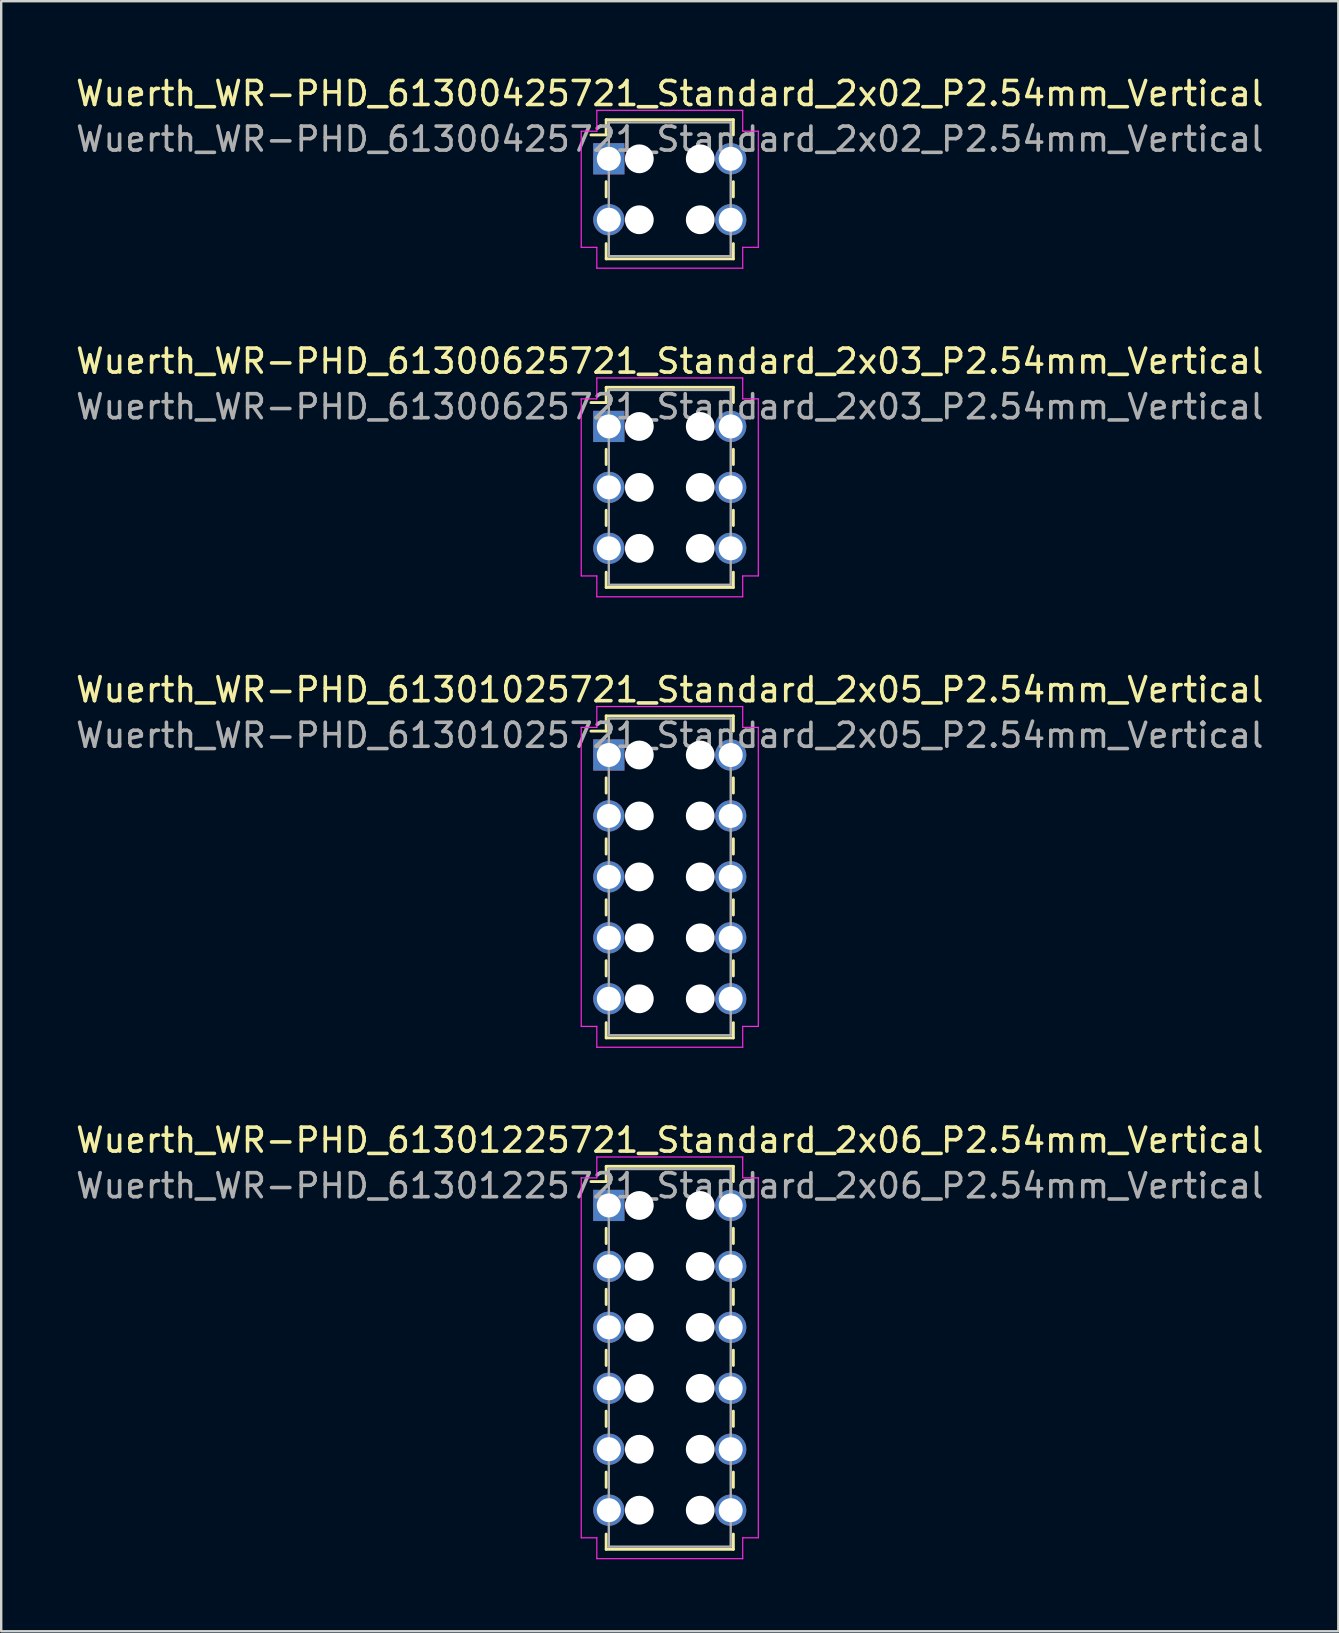
<source format=kicad_pcb>
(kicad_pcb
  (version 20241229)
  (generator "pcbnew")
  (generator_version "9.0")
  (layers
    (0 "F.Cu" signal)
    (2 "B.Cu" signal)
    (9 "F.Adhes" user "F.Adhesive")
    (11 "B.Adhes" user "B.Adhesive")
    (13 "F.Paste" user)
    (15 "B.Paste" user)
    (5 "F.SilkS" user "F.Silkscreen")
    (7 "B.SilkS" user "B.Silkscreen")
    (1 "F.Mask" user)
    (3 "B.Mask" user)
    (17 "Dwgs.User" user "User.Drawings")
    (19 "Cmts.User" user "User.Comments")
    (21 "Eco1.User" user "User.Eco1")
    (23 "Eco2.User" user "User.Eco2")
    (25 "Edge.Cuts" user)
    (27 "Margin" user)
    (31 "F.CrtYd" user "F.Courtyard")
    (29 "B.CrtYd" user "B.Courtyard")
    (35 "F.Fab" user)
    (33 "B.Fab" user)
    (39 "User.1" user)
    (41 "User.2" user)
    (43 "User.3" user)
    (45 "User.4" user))
  (footprint "Wuerth_WR-PHD_61301225721_Standard_2x06_P2.54mm_Vertical"
    (layer "F.Cu")
    (at 22.323 47.188)
    (property "Reference" "Wuerth_WR-PHD_61301225721_Standard_2x06_P2.54mm_Vertical" (at 2.54 -2.72 0) (layer "F.SilkS") (effects (font (size 1 1) (thickness 0.15))))
    (attr through_hole)
    (fp_line (start -0.11 -1.63) (end -0.11 -0.995) (stroke (width 0.12) (type solid)) (layer "F.SilkS"))
    (fp_line (start -0.11 -1.63) (end 5.19 -1.63) (stroke (width 0.12) (type solid)) (layer "F.SilkS"))
    (fp_line (start -0.11 -0.995) (end -0.745 -0.995) (stroke (width 0.12) (type solid)) (layer "F.SilkS"))
    (fp_line (start -0.11 0.953) (end -0.11 1.587) (stroke (width 0.12) (type solid)) (layer "F.SilkS"))
    (fp_line (start -0.11 3.493) (end -0.11 4.128) (stroke (width 0.12) (type solid)) (layer "F.SilkS"))
    (fp_line (start -0.11 6.032) (end -0.11 6.668) (stroke (width 0.12) (type solid)) (layer "F.SilkS"))
    (fp_line (start -0.11 8.572) (end -0.11 9.207) (stroke (width 0.12) (type solid)) (layer "F.SilkS"))
    (fp_line (start -0.11 11.113) (end -0.11 11.748) (stroke (width 0.12) (type solid)) (layer "F.SilkS"))
    (fp_line (start -0.11 14.33) (end -0.11 13.695) (stroke (width 0.12) (type solid)) (layer "F.SilkS"))
    (fp_line (start -0.11 14.33) (end 5.19 14.33) (stroke (width 0.12) (type solid)) (layer "F.SilkS"))
    (fp_line (start 5.19 -1.63) (end 5.19 -0.995) (stroke (width 0.12) (type solid)) (layer "F.SilkS"))
    (fp_line (start 5.19 0.953) (end 5.19 1.587) (stroke (width 0.12) (type solid)) (layer "F.SilkS"))
    (fp_line (start 5.19 3.493) (end 5.19 4.128) (stroke (width 0.12) (type solid)) (layer "F.SilkS"))
    (fp_line (start 5.19 6.032) (end 5.19 6.668) (stroke (width 0.12) (type solid)) (layer "F.SilkS"))
    (fp_line (start 5.19 8.572) (end 5.19 9.207) (stroke (width 0.12) (type solid)) (layer "F.SilkS"))
    (fp_line (start 5.19 11.113) (end 5.19 11.748) (stroke (width 0.12) (type solid)) (layer "F.SilkS"))
    (fp_line (start 5.19 14.33) (end 5.19 13.695) (stroke (width 0.12) (type solid)) (layer "F.SilkS"))
    (fp_line (start -1.15 -1.15) (end -0.5 -1.15) (stroke (width 0.05) (type solid)) (layer "F.CrtYd"))
    (fp_line (start -1.15 13.85) (end -1.15 -1.15) (stroke (width 0.05) (type solid)) (layer "F.CrtYd"))
    (fp_line (start -0.5 -2.02) (end 5.58 -2.02) (stroke (width 0.05) (type solid)) (layer "F.CrtYd"))
    (fp_line (start -0.5 -1.15) (end -0.5 -2.02) (stroke (width 0.05) (type solid)) (layer "F.CrtYd"))
    (fp_line (start -0.5 13.85) (end -1.15 13.85) (stroke (width 0.05) (type solid)) (layer "F.CrtYd"))
    (fp_line (start -0.5 14.72) (end -0.5 13.85) (stroke (width 0.05) (type solid)) (layer "F.CrtYd"))
    (fp_line (start 5.58 -2.02) (end 5.58 -1.15) (stroke (width 0.05) (type solid)) (layer "F.CrtYd"))
    (fp_line (start 5.58 -1.15) (end 6.23 -1.15) (stroke (width 0.05) (type solid)) (layer "F.CrtYd"))
    (fp_line (start 5.58 13.85) (end 5.58 14.72) (stroke (width 0.05) (type solid)) (layer "F.CrtYd"))
    (fp_line (start 5.58 14.72) (end -0.5 14.72) (stroke (width 0.05) (type solid)) (layer "F.CrtYd"))
    (fp_line (start 6.23 -1.15) (end 6.23 13.85) (stroke (width 0.05) (type solid)) (layer "F.CrtYd"))
    (fp_line (start 6.23 13.85) (end 5.58 13.85) (stroke (width 0.05) (type solid)) (layer "F.CrtYd"))
    (fp_line (start 0 -1.52) (end 0 14.22) (stroke (width 0.1) (type solid)) (layer "F.Fab"))
    (fp_line (start 0 14.22) (end 5.08 14.22) (stroke (width 0.1) (type solid)) (layer "F.Fab"))
    (fp_line (start 5.08 -1.52) (end 0 -1.52) (stroke (width 0.1) (type solid)) (layer "F.Fab"))
    (fp_line (start 5.08 14.22) (end 5.08 -1.52) (stroke (width 0.1) (type solid)) (layer "F.Fab"))
    (fp_text user "${REFERENCE}" (at 2.54 -0.82 0) (layer "F.Fab") (effects (font (size 1 1) (thickness 0.15))))
    (pad "" np_thru_hole circle (at 1.27 0) (size 1.2 1.2) (drill 1.2) (layers "*.Cu" "*.Mask"))
    (pad "" np_thru_hole circle (at 1.27 2.54) (size 1.2 1.2) (drill 1.2) (layers "*.Cu" "*.Mask"))
    (pad "" np_thru_hole circle (at 1.27 5.08) (size 1.2 1.2) (drill 1.2) (layers "*.Cu" "*.Mask"))
    (pad "" np_thru_hole circle (at 1.27 7.62) (size 1.2 1.2) (drill 1.2) (layers "*.Cu" "*.Mask"))
    (pad "" np_thru_hole circle (at 1.27 10.16) (size 1.2 1.2) (drill 1.2) (layers "*.Cu" "*.Mask"))
    (pad "" np_thru_hole circle (at 1.27 12.7) (size 1.2 1.2) (drill 1.2) (layers "*.Cu" "*.Mask"))
    (pad "" np_thru_hole circle (at 3.81 0) (size 1.2 1.2) (drill 1.2) (layers "*.Cu" "*.Mask"))
    (pad "" np_thru_hole circle (at 3.81 2.54) (size 1.2 1.2) (drill 1.2) (layers "*.Cu" "*.Mask"))
    (pad "" np_thru_hole circle (at 3.81 5.08) (size 1.2 1.2) (drill 1.2) (layers "*.Cu" "*.Mask"))
    (pad "" np_thru_hole circle (at 3.81 7.62) (size 1.2 1.2) (drill 1.2) (layers "*.Cu" "*.Mask"))
    (pad "" np_thru_hole circle (at 3.81 10.16) (size 1.2 1.2) (drill 1.2) (layers "*.Cu" "*.Mask"))
    (pad "" np_thru_hole circle (at 3.81 12.7) (size 1.2 1.2) (drill 1.2) (layers "*.Cu" "*.Mask"))
    (pad "1" thru_hole rect (at 0 0) (size 1.3 1.3) (drill 1) (layers "*.Cu" "*.Mask"))
    (pad "2" thru_hole circle (at 5.08 0) (size 1.3 1.3) (drill 1) (layers "*.Cu" "*.Mask"))
    (pad "3" thru_hole circle (at 0 2.54) (size 1.3 1.3) (drill 1) (layers "*.Cu" "*.Mask"))
    (pad "4" thru_hole circle (at 5.08 2.54) (size 1.3 1.3) (drill 1) (layers "*.Cu" "*.Mask"))
    (pad "5" thru_hole circle (at 0 5.08) (size 1.3 1.3) (drill 1) (layers "*.Cu" "*.Mask"))
    (pad "6" thru_hole circle (at 5.08 5.08) (size 1.3 1.3) (drill 1) (layers "*.Cu" "*.Mask"))
    (pad "7" thru_hole circle (at 0 7.62) (size 1.3 1.3) (drill 1) (layers "*.Cu" "*.Mask"))
    (pad "8" thru_hole circle (at 5.08 7.62) (size 1.3 1.3) (drill 1) (layers "*.Cu" "*.Mask"))
    (pad "9" thru_hole circle (at 0 10.16) (size 1.3 1.3) (drill 1) (layers "*.Cu" "*.Mask"))
    (pad "10" thru_hole circle (at 5.08 10.16) (size 1.3 1.3) (drill 1) (layers "*.Cu" "*.Mask"))
    (pad "11" thru_hole circle (at 0 12.7) (size 1.3 1.3) (drill 1) (layers "*.Cu" "*.Mask"))
    (pad "12" thru_hole circle (at 5.08 12.7) (size 1.3 1.3) (drill 1) (layers "*.Cu" "*.Mask")))
  (footprint "Wuerth_WR-PHD_61301025721_Standard_2x05_P2.54mm_Vertical"
    (layer "F.Cu")
    (at 22.323 28.415)
    (property "Reference" "Wuerth_WR-PHD_61301025721_Standard_2x05_P2.54mm_Vertical" (at 2.54 -2.72 0) (layer "F.SilkS") (effects (font (size 1 1) (thickness 0.15))))
    (attr through_hole)
    (fp_line (start -0.11 -1.63) (end -0.11 -0.995) (stroke (width 0.12) (type solid)) (layer "F.SilkS"))
    (fp_line (start -0.11 -1.63) (end 5.19 -1.63) (stroke (width 0.12) (type solid)) (layer "F.SilkS"))
    (fp_line (start -0.11 -0.995) (end -0.745 -0.995) (stroke (width 0.12) (type solid)) (layer "F.SilkS"))
    (fp_line (start -0.11 0.953) (end -0.11 1.587) (stroke (width 0.12) (type solid)) (layer "F.SilkS"))
    (fp_line (start -0.11 3.493) (end -0.11 4.128) (stroke (width 0.12) (type solid)) (layer "F.SilkS"))
    (fp_line (start -0.11 6.032) (end -0.11 6.668) (stroke (width 0.12) (type solid)) (layer "F.SilkS"))
    (fp_line (start -0.11 8.572) (end -0.11 9.207) (stroke (width 0.12) (type solid)) (layer "F.SilkS"))
    (fp_line (start -0.11 11.79) (end -0.11 11.155) (stroke (width 0.12) (type solid)) (layer "F.SilkS"))
    (fp_line (start -0.11 11.79) (end 5.19 11.79) (stroke (width 0.12) (type solid)) (layer "F.SilkS"))
    (fp_line (start 5.19 -1.63) (end 5.19 -0.995) (stroke (width 0.12) (type solid)) (layer "F.SilkS"))
    (fp_line (start 5.19 0.953) (end 5.19 1.587) (stroke (width 0.12) (type solid)) (layer "F.SilkS"))
    (fp_line (start 5.19 3.493) (end 5.19 4.128) (stroke (width 0.12) (type solid)) (layer "F.SilkS"))
    (fp_line (start 5.19 6.032) (end 5.19 6.668) (stroke (width 0.12) (type solid)) (layer "F.SilkS"))
    (fp_line (start 5.19 8.572) (end 5.19 9.207) (stroke (width 0.12) (type solid)) (layer "F.SilkS"))
    (fp_line (start 5.19 11.79) (end 5.19 11.155) (stroke (width 0.12) (type solid)) (layer "F.SilkS"))
    (fp_line (start -1.15 -1.15) (end -0.5 -1.15) (stroke (width 0.05) (type solid)) (layer "F.CrtYd"))
    (fp_line (start -1.15 11.31) (end -1.15 -1.15) (stroke (width 0.05) (type solid)) (layer "F.CrtYd"))
    (fp_line (start -0.5 -2.02) (end 5.58 -2.02) (stroke (width 0.05) (type solid)) (layer "F.CrtYd"))
    (fp_line (start -0.5 -1.15) (end -0.5 -2.02) (stroke (width 0.05) (type solid)) (layer "F.CrtYd"))
    (fp_line (start -0.5 11.31) (end -1.15 11.31) (stroke (width 0.05) (type solid)) (layer "F.CrtYd"))
    (fp_line (start -0.5 12.18) (end -0.5 11.31) (stroke (width 0.05) (type solid)) (layer "F.CrtYd"))
    (fp_line (start 5.58 -2.02) (end 5.58 -1.15) (stroke (width 0.05) (type solid)) (layer "F.CrtYd"))
    (fp_line (start 5.58 -1.15) (end 6.23 -1.15) (stroke (width 0.05) (type solid)) (layer "F.CrtYd"))
    (fp_line (start 5.58 11.31) (end 5.58 12.18) (stroke (width 0.05) (type solid)) (layer "F.CrtYd"))
    (fp_line (start 5.58 12.18) (end -0.5 12.18) (stroke (width 0.05) (type solid)) (layer "F.CrtYd"))
    (fp_line (start 6.23 -1.15) (end 6.23 11.31) (stroke (width 0.05) (type solid)) (layer "F.CrtYd"))
    (fp_line (start 6.23 11.31) (end 5.58 11.31) (stroke (width 0.05) (type solid)) (layer "F.CrtYd"))
    (fp_line (start 0 -1.52) (end 0 11.68) (stroke (width 0.1) (type solid)) (layer "F.Fab"))
    (fp_line (start 0 11.68) (end 5.08 11.68) (stroke (width 0.1) (type solid)) (layer "F.Fab"))
    (fp_line (start 5.08 -1.52) (end 0 -1.52) (stroke (width 0.1) (type solid)) (layer "F.Fab"))
    (fp_line (start 5.08 11.68) (end 5.08 -1.52) (stroke (width 0.1) (type solid)) (layer "F.Fab"))
    (fp_text user "${REFERENCE}" (at 2.54 -0.82 0) (layer "F.Fab") (effects (font (size 1 1) (thickness 0.15))))
    (pad "" np_thru_hole circle (at 1.27 0) (size 1.2 1.2) (drill 1.2) (layers "*.Cu" "*.Mask"))
    (pad "" np_thru_hole circle (at 1.27 2.54) (size 1.2 1.2) (drill 1.2) (layers "*.Cu" "*.Mask"))
    (pad "" np_thru_hole circle (at 1.27 5.08) (size 1.2 1.2) (drill 1.2) (layers "*.Cu" "*.Mask"))
    (pad "" np_thru_hole circle (at 1.27 7.62) (size 1.2 1.2) (drill 1.2) (layers "*.Cu" "*.Mask"))
    (pad "" np_thru_hole circle (at 1.27 10.16) (size 1.2 1.2) (drill 1.2) (layers "*.Cu" "*.Mask"))
    (pad "" np_thru_hole circle (at 3.81 0) (size 1.2 1.2) (drill 1.2) (layers "*.Cu" "*.Mask"))
    (pad "" np_thru_hole circle (at 3.81 2.54) (size 1.2 1.2) (drill 1.2) (layers "*.Cu" "*.Mask"))
    (pad "" np_thru_hole circle (at 3.81 5.08) (size 1.2 1.2) (drill 1.2) (layers "*.Cu" "*.Mask"))
    (pad "" np_thru_hole circle (at 3.81 7.62) (size 1.2 1.2) (drill 1.2) (layers "*.Cu" "*.Mask"))
    (pad "" np_thru_hole circle (at 3.81 10.16) (size 1.2 1.2) (drill 1.2) (layers "*.Cu" "*.Mask"))
    (pad "1" thru_hole rect (at 0 0) (size 1.3 1.3) (drill 1) (layers "*.Cu" "*.Mask"))
    (pad "2" thru_hole circle (at 5.08 0) (size 1.3 1.3) (drill 1) (layers "*.Cu" "*.Mask"))
    (pad "3" thru_hole circle (at 0 2.54) (size 1.3 1.3) (drill 1) (layers "*.Cu" "*.Mask"))
    (pad "4" thru_hole circle (at 5.08 2.54) (size 1.3 1.3) (drill 1) (layers "*.Cu" "*.Mask"))
    (pad "5" thru_hole circle (at 0 5.08) (size 1.3 1.3) (drill 1) (layers "*.Cu" "*.Mask"))
    (pad "6" thru_hole circle (at 5.08 5.08) (size 1.3 1.3) (drill 1) (layers "*.Cu" "*.Mask"))
    (pad "7" thru_hole circle (at 0 7.62) (size 1.3 1.3) (drill 1) (layers "*.Cu" "*.Mask"))
    (pad "8" thru_hole circle (at 5.08 7.62) (size 1.3 1.3) (drill 1) (layers "*.Cu" "*.Mask"))
    (pad "9" thru_hole circle (at 0 10.16) (size 1.3 1.3) (drill 1) (layers "*.Cu" "*.Mask"))
    (pad "10" thru_hole circle (at 5.08 10.16) (size 1.3 1.3) (drill 1) (layers "*.Cu" "*.Mask")))
  (footprint "Wuerth_WR-PHD_61300625721_Standard_2x03_P2.54mm_Vertical"
    (layer "F.Cu")
    (at 22.323 14.722)
    (property "Reference" "Wuerth_WR-PHD_61300625721_Standard_2x03_P2.54mm_Vertical" (at 2.54 -2.72 0) (layer "F.SilkS") (effects (font (size 1 1) (thickness 0.15))))
    (attr through_hole)
    (fp_line (start -0.11 -1.63) (end -0.11 -0.995) (stroke (width 0.12) (type solid)) (layer "F.SilkS"))
    (fp_line (start -0.11 -1.63) (end 5.19 -1.63) (stroke (width 0.12) (type solid)) (layer "F.SilkS"))
    (fp_line (start -0.11 -0.995) (end -0.745 -0.995) (stroke (width 0.12) (type solid)) (layer "F.SilkS"))
    (fp_line (start -0.11 0.953) (end -0.11 1.587) (stroke (width 0.12) (type solid)) (layer "F.SilkS"))
    (fp_line (start -0.11 3.493) (end -0.11 4.128) (stroke (width 0.12) (type solid)) (layer "F.SilkS"))
    (fp_line (start -0.11 6.71) (end -0.11 6.075) (stroke (width 0.12) (type solid)) (layer "F.SilkS"))
    (fp_line (start -0.11 6.71) (end 5.19 6.71) (stroke (width 0.12) (type solid)) (layer "F.SilkS"))
    (fp_line (start 5.19 -1.63) (end 5.19 -0.995) (stroke (width 0.12) (type solid)) (layer "F.SilkS"))
    (fp_line (start 5.19 0.953) (end 5.19 1.587) (stroke (width 0.12) (type solid)) (layer "F.SilkS"))
    (fp_line (start 5.19 3.493) (end 5.19 4.128) (stroke (width 0.12) (type solid)) (layer "F.SilkS"))
    (fp_line (start 5.19 6.71) (end 5.19 6.075) (stroke (width 0.12) (type solid)) (layer "F.SilkS"))
    (fp_line (start -1.15 -1.15) (end -0.5 -1.15) (stroke (width 0.05) (type solid)) (layer "F.CrtYd"))
    (fp_line (start -1.15 6.23) (end -1.15 -1.15) (stroke (width 0.05) (type solid)) (layer "F.CrtYd"))
    (fp_line (start -0.5 -2.02) (end 5.58 -2.02) (stroke (width 0.05) (type solid)) (layer "F.CrtYd"))
    (fp_line (start -0.5 -1.15) (end -0.5 -2.02) (stroke (width 0.05) (type solid)) (layer "F.CrtYd"))
    (fp_line (start -0.5 6.23) (end -1.15 6.23) (stroke (width 0.05) (type solid)) (layer "F.CrtYd"))
    (fp_line (start -0.5 7.1) (end -0.5 6.23) (stroke (width 0.05) (type solid)) (layer "F.CrtYd"))
    (fp_line (start 5.58 -2.02) (end 5.58 -1.15) (stroke (width 0.05) (type solid)) (layer "F.CrtYd"))
    (fp_line (start 5.58 -1.15) (end 6.23 -1.15) (stroke (width 0.05) (type solid)) (layer "F.CrtYd"))
    (fp_line (start 5.58 6.23) (end 5.58 7.1) (stroke (width 0.05) (type solid)) (layer "F.CrtYd"))
    (fp_line (start 5.58 7.1) (end -0.5 7.1) (stroke (width 0.05) (type solid)) (layer "F.CrtYd"))
    (fp_line (start 6.23 -1.15) (end 6.23 6.23) (stroke (width 0.05) (type solid)) (layer "F.CrtYd"))
    (fp_line (start 6.23 6.23) (end 5.58 6.23) (stroke (width 0.05) (type solid)) (layer "F.CrtYd"))
    (fp_line (start 0 -1.52) (end 0 6.6) (stroke (width 0.1) (type solid)) (layer "F.Fab"))
    (fp_line (start 0 6.6) (end 5.08 6.6) (stroke (width 0.1) (type solid)) (layer "F.Fab"))
    (fp_line (start 5.08 -1.52) (end 0 -1.52) (stroke (width 0.1) (type solid)) (layer "F.Fab"))
    (fp_line (start 5.08 6.6) (end 5.08 -1.52) (stroke (width 0.1) (type solid)) (layer "F.Fab"))
    (fp_text user "${REFERENCE}" (at 2.54 -0.82 0) (layer "F.Fab") (effects (font (size 1 1) (thickness 0.15))))
    (pad "" np_thru_hole circle (at 1.27 0) (size 1.2 1.2) (drill 1.2) (layers "*.Cu" "*.Mask"))
    (pad "" np_thru_hole circle (at 1.27 2.54) (size 1.2 1.2) (drill 1.2) (layers "*.Cu" "*.Mask"))
    (pad "" np_thru_hole circle (at 1.27 5.08) (size 1.2 1.2) (drill 1.2) (layers "*.Cu" "*.Mask"))
    (pad "" np_thru_hole circle (at 3.81 0) (size 1.2 1.2) (drill 1.2) (layers "*.Cu" "*.Mask"))
    (pad "" np_thru_hole circle (at 3.81 2.54) (size 1.2 1.2) (drill 1.2) (layers "*.Cu" "*.Mask"))
    (pad "" np_thru_hole circle (at 3.81 5.08) (size 1.2 1.2) (drill 1.2) (layers "*.Cu" "*.Mask"))
    (pad "1" thru_hole rect (at 0 0) (size 1.3 1.3) (drill 1) (layers "*.Cu" "*.Mask"))
    (pad "2" thru_hole circle (at 5.08 0) (size 1.3 1.3) (drill 1) (layers "*.Cu" "*.Mask"))
    (pad "3" thru_hole circle (at 0 2.54) (size 1.3 1.3) (drill 1) (layers "*.Cu" "*.Mask"))
    (pad "4" thru_hole circle (at 5.08 2.54) (size 1.3 1.3) (drill 1) (layers "*.Cu" "*.Mask"))
    (pad "5" thru_hole circle (at 0 5.08) (size 1.3 1.3) (drill 1) (layers "*.Cu" "*.Mask"))
    (pad "6" thru_hole circle (at 5.08 5.08) (size 1.3 1.3) (drill 1) (layers "*.Cu" "*.Mask")))
  (footprint "Wuerth_WR-PHD_61300425721_Standard_2x02_P2.54mm_Vertical"
    (layer "F.Cu")
    (at 22.323 3.568)
    (property "Reference" "Wuerth_WR-PHD_61300425721_Standard_2x02_P2.54mm_Vertical" (at 2.54 -2.72 0) (layer "F.SilkS") (effects (font (size 1 1) (thickness 0.15))))
    (attr through_hole)
    (fp_line (start -0.11 -1.63) (end -0.11 -0.995) (stroke (width 0.12) (type solid)) (layer "F.SilkS"))
    (fp_line (start -0.11 -1.63) (end 5.19 -1.63) (stroke (width 0.12) (type solid)) (layer "F.SilkS"))
    (fp_line (start -0.11 -0.995) (end -0.745 -0.995) (stroke (width 0.12) (type solid)) (layer "F.SilkS"))
    (fp_line (start -0.11 0.953) (end -0.11 1.587) (stroke (width 0.12) (type solid)) (layer "F.SilkS"))
    (fp_line (start -0.11 4.17) (end -0.11 3.535) (stroke (width 0.12) (type solid)) (layer "F.SilkS"))
    (fp_line (start -0.11 4.17) (end 5.19 4.17) (stroke (width 0.12) (type solid)) (layer "F.SilkS"))
    (fp_line (start 5.19 -1.63) (end 5.19 -0.995) (stroke (width 0.12) (type solid)) (layer "F.SilkS"))
    (fp_line (start 5.19 0.953) (end 5.19 1.587) (stroke (width 0.12) (type solid)) (layer "F.SilkS"))
    (fp_line (start 5.19 4.17) (end 5.19 3.535) (stroke (width 0.12) (type solid)) (layer "F.SilkS"))
    (fp_line (start -1.15 -1.15) (end -0.5 -1.15) (stroke (width 0.05) (type solid)) (layer "F.CrtYd"))
    (fp_line (start -1.15 3.69) (end -1.15 -1.15) (stroke (width 0.05) (type solid)) (layer "F.CrtYd"))
    (fp_line (start -0.5 -2.02) (end 5.58 -2.02) (stroke (width 0.05) (type solid)) (layer "F.CrtYd"))
    (fp_line (start -0.5 -1.15) (end -0.5 -2.02) (stroke (width 0.05) (type solid)) (layer "F.CrtYd"))
    (fp_line (start -0.5 3.69) (end -1.15 3.69) (stroke (width 0.05) (type solid)) (layer "F.CrtYd"))
    (fp_line (start -0.5 4.56) (end -0.5 3.69) (stroke (width 0.05) (type solid)) (layer "F.CrtYd"))
    (fp_line (start 5.58 -2.02) (end 5.58 -1.15) (stroke (width 0.05) (type solid)) (layer "F.CrtYd"))
    (fp_line (start 5.58 -1.15) (end 6.23 -1.15) (stroke (width 0.05) (type solid)) (layer "F.CrtYd"))
    (fp_line (start 5.58 3.69) (end 5.58 4.56) (stroke (width 0.05) (type solid)) (layer "F.CrtYd"))
    (fp_line (start 5.58 4.56) (end -0.5 4.56) (stroke (width 0.05) (type solid)) (layer "F.CrtYd"))
    (fp_line (start 6.23 -1.15) (end 6.23 3.69) (stroke (width 0.05) (type solid)) (layer "F.CrtYd"))
    (fp_line (start 6.23 3.69) (end 5.58 3.69) (stroke (width 0.05) (type solid)) (layer "F.CrtYd"))
    (fp_line (start 0 -1.52) (end 0 4.06) (stroke (width 0.1) (type solid)) (layer "F.Fab"))
    (fp_line (start 0 4.06) (end 5.08 4.06) (stroke (width 0.1) (type solid)) (layer "F.Fab"))
    (fp_line (start 5.08 -1.52) (end 0 -1.52) (stroke (width 0.1) (type solid)) (layer "F.Fab"))
    (fp_line (start 5.08 4.06) (end 5.08 -1.52) (stroke (width 0.1) (type solid)) (layer "F.Fab"))
    (fp_text user "${REFERENCE}" (at 2.54 -0.82 0) (layer "F.Fab") (effects (font (size 1 1) (thickness 0.15))))
    (pad "" np_thru_hole circle (at 1.27 0) (size 1.2 1.2) (drill 1.2) (layers "*.Cu" "*.Mask"))
    (pad "" np_thru_hole circle (at 1.27 2.54) (size 1.2 1.2) (drill 1.2) (layers "*.Cu" "*.Mask"))
    (pad "" np_thru_hole circle (at 3.81 0) (size 1.2 1.2) (drill 1.2) (layers "*.Cu" "*.Mask"))
    (pad "" np_thru_hole circle (at 3.81 2.54) (size 1.2 1.2) (drill 1.2) (layers "*.Cu" "*.Mask"))
    (pad "1" thru_hole rect (at 0 0) (size 1.3 1.3) (drill 1) (layers "*.Cu" "*.Mask"))
    (pad "2" thru_hole circle (at 5.08 0) (size 1.3 1.3) (drill 1) (layers "*.Cu" "*.Mask"))
    (pad "3" thru_hole circle (at 0 2.54) (size 1.3 1.3) (drill 1) (layers "*.Cu" "*.Mask"))
    (pad "4" thru_hole circle (at 5.08 2.54) (size 1.3 1.3) (drill 1) (layers "*.Cu" "*.Mask")))
  (gr_rect
    (start -3 -3)
    (end 52.726 64.933)
    (stroke (width 0.1) (type default))
    (fill no)
    (layer "Edge.Cuts")))
</source>
